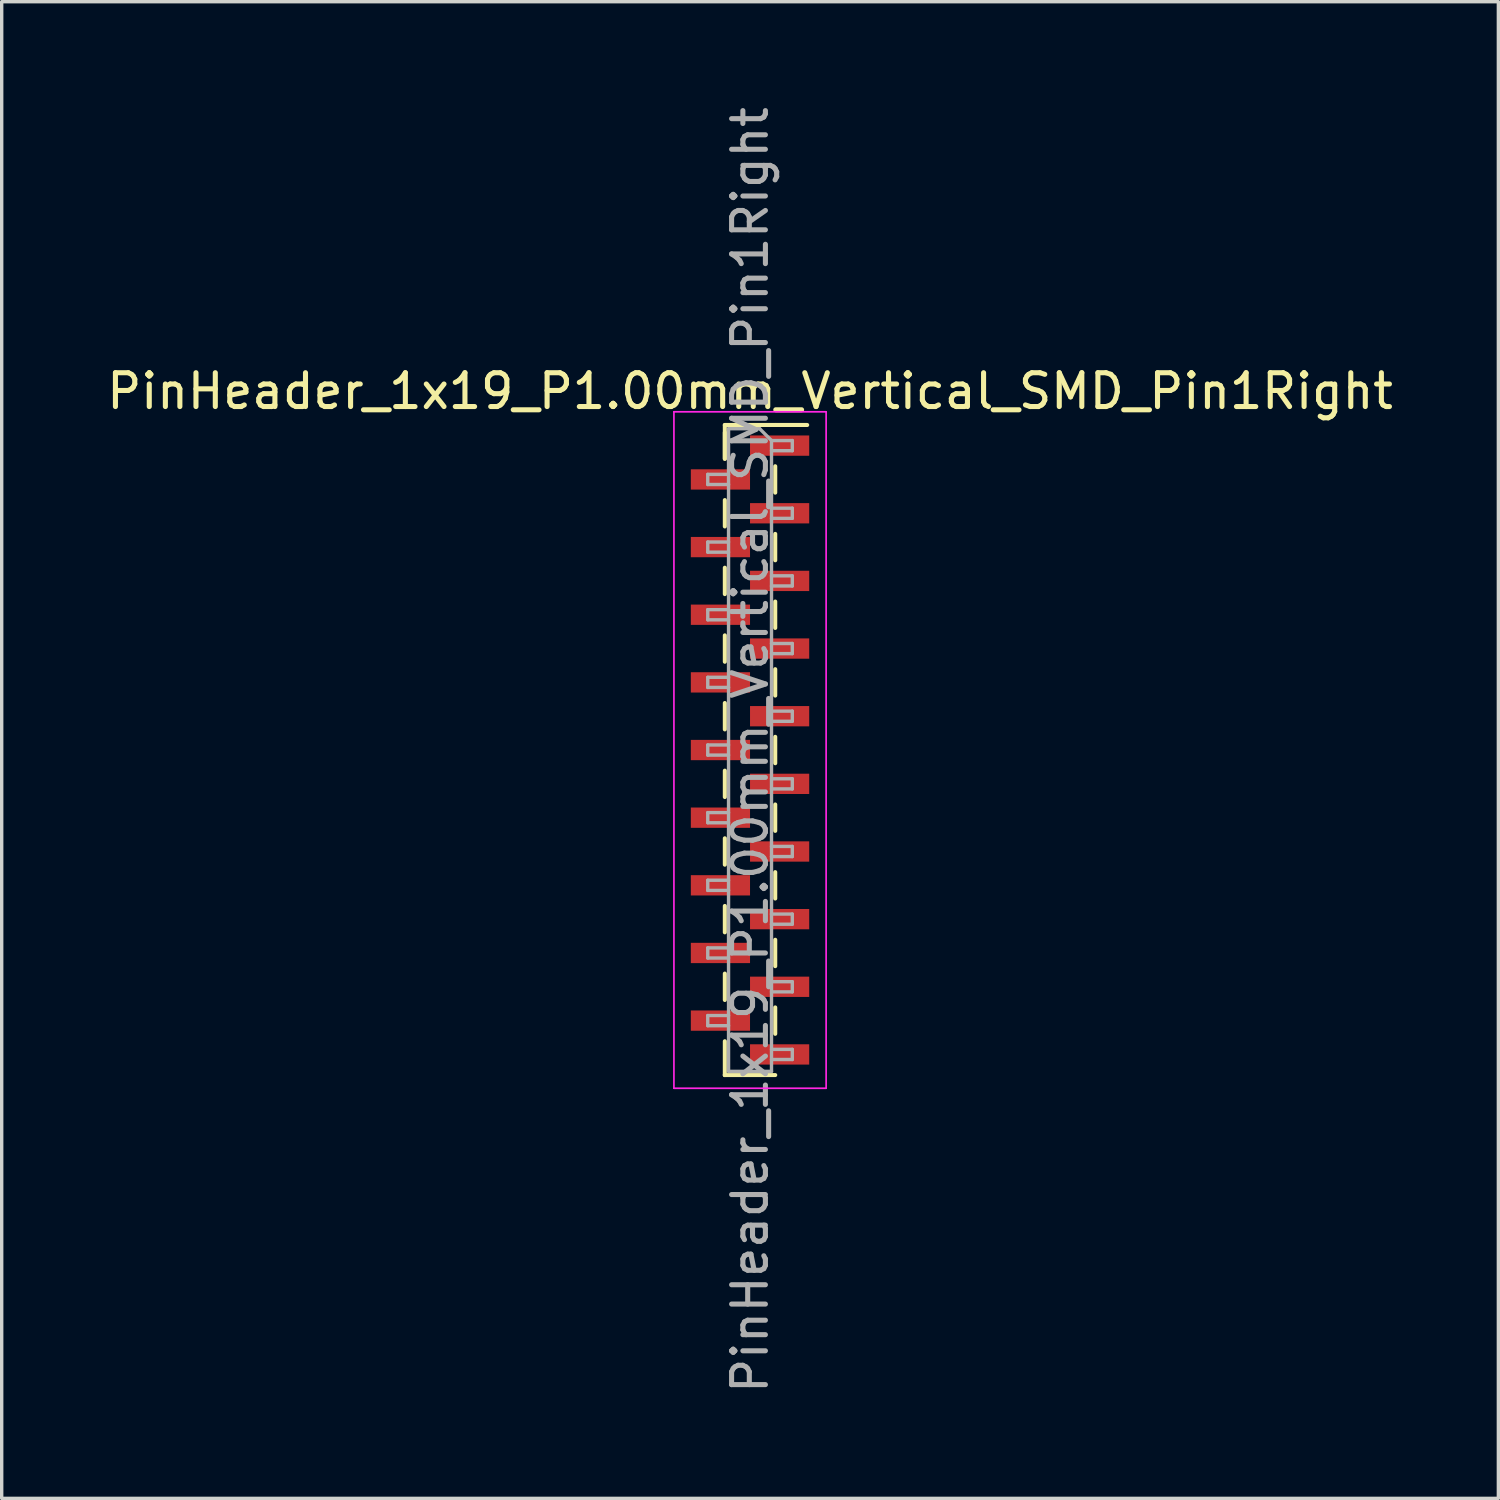
<source format=kicad_pcb>
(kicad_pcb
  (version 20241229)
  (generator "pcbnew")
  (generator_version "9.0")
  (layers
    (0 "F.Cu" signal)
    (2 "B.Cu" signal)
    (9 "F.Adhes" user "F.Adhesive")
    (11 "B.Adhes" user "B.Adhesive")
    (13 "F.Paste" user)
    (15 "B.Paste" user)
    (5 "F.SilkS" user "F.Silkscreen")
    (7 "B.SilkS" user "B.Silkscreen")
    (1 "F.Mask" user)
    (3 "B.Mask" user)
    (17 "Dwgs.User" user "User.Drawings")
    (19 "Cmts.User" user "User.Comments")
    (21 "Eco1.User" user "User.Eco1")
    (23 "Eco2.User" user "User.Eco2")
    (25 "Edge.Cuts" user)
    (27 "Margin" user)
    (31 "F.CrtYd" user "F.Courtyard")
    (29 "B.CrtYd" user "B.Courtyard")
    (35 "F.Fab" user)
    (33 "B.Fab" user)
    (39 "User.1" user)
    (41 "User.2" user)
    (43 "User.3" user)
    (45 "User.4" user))
  (footprint "PinHeader_1x19_P1.00mm_Vertical_SMD_Pin1Right"
    (layer "F.Cu")
    (at 19.125 19.125)
    (property "Reference" "PinHeader_1x19_P1.00mm_Vertical_SMD_Pin1Right" (at 0 -10.61 0) (layer "F.SilkS") (effects (font (size 1 1) (thickness 0.15))))
    (attr smd)
    (fp_line (start -0.745 -9.61) (end -0.745 -8.61) (stroke (width 0.12) (type solid)) (layer "F.SilkS"))
    (fp_line (start -0.745 -9.61) (end 0.745 -9.61) (stroke (width 0.12) (type solid)) (layer "F.SilkS"))
    (fp_line (start -0.745 -9.39) (end -0.745 -8.61) (stroke (width 0.12) (type solid)) (layer "F.SilkS"))
    (fp_line (start -0.745 -7.39) (end -0.745 -6.61) (stroke (width 0.12) (type solid)) (layer "F.SilkS"))
    (fp_line (start -0.745 -5.39) (end -0.745 -4.61) (stroke (width 0.12) (type solid)) (layer "F.SilkS"))
    (fp_line (start -0.745 -3.39) (end -0.745 -2.61) (stroke (width 0.12) (type solid)) (layer "F.SilkS"))
    (fp_line (start -0.745 -1.39) (end -0.745 -0.61) (stroke (width 0.12) (type solid)) (layer "F.SilkS"))
    (fp_line (start -0.745 0.61) (end -0.745 1.39) (stroke (width 0.12) (type solid)) (layer "F.SilkS"))
    (fp_line (start -0.745 2.61) (end -0.745 3.39) (stroke (width 0.12) (type solid)) (layer "F.SilkS"))
    (fp_line (start -0.745 4.61) (end -0.745 5.39) (stroke (width 0.12) (type solid)) (layer "F.SilkS"))
    (fp_line (start -0.745 6.61) (end -0.745 7.39) (stroke (width 0.12) (type solid)) (layer "F.SilkS"))
    (fp_line (start -0.745 8.61) (end -0.745 9.61) (stroke (width 0.12) (type solid)) (layer "F.SilkS"))
    (fp_line (start -0.745 9.61) (end -0.745 9.61) (stroke (width 0.12) (type solid)) (layer "F.SilkS"))
    (fp_line (start -0.745 9.61) (end 0.745 9.61) (stroke (width 0.12) (type solid)) (layer "F.SilkS"))
    (fp_line (start 0.745 -9.61) (end 0.745 -9.61) (stroke (width 0.12) (type solid)) (layer "F.SilkS"))
    (fp_line (start 0.745 -9.61) (end 1.69 -9.61) (stroke (width 0.12) (type solid)) (layer "F.SilkS"))
    (fp_line (start 0.745 -8.39) (end 0.745 -7.61) (stroke (width 0.12) (type solid)) (layer "F.SilkS"))
    (fp_line (start 0.745 -6.39) (end 0.745 -5.61) (stroke (width 0.12) (type solid)) (layer "F.SilkS"))
    (fp_line (start 0.745 -4.39) (end 0.745 -3.61) (stroke (width 0.12) (type solid)) (layer "F.SilkS"))
    (fp_line (start 0.745 -2.39) (end 0.745 -1.61) (stroke (width 0.12) (type solid)) (layer "F.SilkS"))
    (fp_line (start 0.745 -0.39) (end 0.745 0.39) (stroke (width 0.12) (type solid)) (layer "F.SilkS"))
    (fp_line (start 0.745 1.61) (end 0.745 2.39) (stroke (width 0.12) (type solid)) (layer "F.SilkS"))
    (fp_line (start 0.745 3.61) (end 0.745 4.39) (stroke (width 0.12) (type solid)) (layer "F.SilkS"))
    (fp_line (start 0.745 5.61) (end 0.745 6.39) (stroke (width 0.12) (type solid)) (layer "F.SilkS"))
    (fp_line (start 0.745 7.61) (end 0.745 8.39) (stroke (width 0.12) (type solid)) (layer "F.SilkS"))
    (fp_line (start -2.25 -10) (end -2.25 10) (stroke (width 0.05) (type solid)) (layer "F.CrtYd"))
    (fp_line (start -2.25 10) (end 2.25 10) (stroke (width 0.05) (type solid)) (layer "F.CrtYd"))
    (fp_line (start 2.25 -10) (end -2.25 -10) (stroke (width 0.05) (type solid)) (layer "F.CrtYd"))
    (fp_line (start 2.25 10) (end 2.25 -10) (stroke (width 0.05) (type solid)) (layer "F.CrtYd"))
    (fp_line (start -1.25 -8.15) (end -1.25 -7.85) (stroke (width 0.1) (type solid)) (layer "F.Fab"))
    (fp_line (start -1.25 -7.85) (end -0.635 -7.85) (stroke (width 0.1) (type solid)) (layer "F.Fab"))
    (fp_line (start -1.25 -6.15) (end -1.25 -5.85) (stroke (width 0.1) (type solid)) (layer "F.Fab"))
    (fp_line (start -1.25 -5.85) (end -0.635 -5.85) (stroke (width 0.1) (type solid)) (layer "F.Fab"))
    (fp_line (start -1.25 -4.15) (end -1.25 -3.85) (stroke (width 0.1) (type solid)) (layer "F.Fab"))
    (fp_line (start -1.25 -3.85) (end -0.635 -3.85) (stroke (width 0.1) (type solid)) (layer "F.Fab"))
    (fp_line (start -1.25 -2.15) (end -1.25 -1.85) (stroke (width 0.1) (type solid)) (layer "F.Fab"))
    (fp_line (start -1.25 -1.85) (end -0.635 -1.85) (stroke (width 0.1) (type solid)) (layer "F.Fab"))
    (fp_line (start -1.25 -0.15) (end -1.25 0.15) (stroke (width 0.1) (type solid)) (layer "F.Fab"))
    (fp_line (start -1.25 0.15) (end -0.635 0.15) (stroke (width 0.1) (type solid)) (layer "F.Fab"))
    (fp_line (start -1.25 1.85) (end -1.25 2.15) (stroke (width 0.1) (type solid)) (layer "F.Fab"))
    (fp_line (start -1.25 2.15) (end -0.635 2.15) (stroke (width 0.1) (type solid)) (layer "F.Fab"))
    (fp_line (start -1.25 3.85) (end -1.25 4.15) (stroke (width 0.1) (type solid)) (layer "F.Fab"))
    (fp_line (start -1.25 4.15) (end -0.635 4.15) (stroke (width 0.1) (type solid)) (layer "F.Fab"))
    (fp_line (start -1.25 5.85) (end -1.25 6.15) (stroke (width 0.1) (type solid)) (layer "F.Fab"))
    (fp_line (start -1.25 6.15) (end -0.635 6.15) (stroke (width 0.1) (type solid)) (layer "F.Fab"))
    (fp_line (start -1.25 7.85) (end -1.25 8.15) (stroke (width 0.1) (type solid)) (layer "F.Fab"))
    (fp_line (start -1.25 8.15) (end -0.635 8.15) (stroke (width 0.1) (type solid)) (layer "F.Fab"))
    (fp_line (start -0.635 -9.5) (end -0.635 9.5) (stroke (width 0.1) (type solid)) (layer "F.Fab"))
    (fp_line (start -0.635 -9.5) (end 0.285 -9.5) (stroke (width 0.1) (type solid)) (layer "F.Fab"))
    (fp_line (start -0.635 -8.15) (end -1.25 -8.15) (stroke (width 0.1) (type solid)) (layer "F.Fab"))
    (fp_line (start -0.635 -6.15) (end -1.25 -6.15) (stroke (width 0.1) (type solid)) (layer "F.Fab"))
    (fp_line (start -0.635 -4.15) (end -1.25 -4.15) (stroke (width 0.1) (type solid)) (layer "F.Fab"))
    (fp_line (start -0.635 -2.15) (end -1.25 -2.15) (stroke (width 0.1) (type solid)) (layer "F.Fab"))
    (fp_line (start -0.635 -0.15) (end -1.25 -0.15) (stroke (width 0.1) (type solid)) (layer "F.Fab"))
    (fp_line (start -0.635 1.85) (end -1.25 1.85) (stroke (width 0.1) (type solid)) (layer "F.Fab"))
    (fp_line (start -0.635 3.85) (end -1.25 3.85) (stroke (width 0.1) (type solid)) (layer "F.Fab"))
    (fp_line (start -0.635 5.85) (end -1.25 5.85) (stroke (width 0.1) (type solid)) (layer "F.Fab"))
    (fp_line (start -0.635 7.85) (end -1.25 7.85) (stroke (width 0.1) (type solid)) (layer "F.Fab"))
    (fp_line (start 0.635 -9.15) (end 0.285 -9.5) (stroke (width 0.1) (type solid)) (layer "F.Fab"))
    (fp_line (start 0.635 -9.15) (end 1.25 -9.15) (stroke (width 0.1) (type solid)) (layer "F.Fab"))
    (fp_line (start 0.635 -7.15) (end 1.25 -7.15) (stroke (width 0.1) (type solid)) (layer "F.Fab"))
    (fp_line (start 0.635 -5.15) (end 1.25 -5.15) (stroke (width 0.1) (type solid)) (layer "F.Fab"))
    (fp_line (start 0.635 -3.15) (end 1.25 -3.15) (stroke (width 0.1) (type solid)) (layer "F.Fab"))
    (fp_line (start 0.635 -1.15) (end 1.25 -1.15) (stroke (width 0.1) (type solid)) (layer "F.Fab"))
    (fp_line (start 0.635 0.85) (end 1.25 0.85) (stroke (width 0.1) (type solid)) (layer "F.Fab"))
    (fp_line (start 0.635 2.85) (end 1.25 2.85) (stroke (width 0.1) (type solid)) (layer "F.Fab"))
    (fp_line (start 0.635 4.85) (end 1.25 4.85) (stroke (width 0.1) (type solid)) (layer "F.Fab"))
    (fp_line (start 0.635 6.85) (end 1.25 6.85) (stroke (width 0.1) (type solid)) (layer "F.Fab"))
    (fp_line (start 0.635 8.85) (end 1.25 8.85) (stroke (width 0.1) (type solid)) (layer "F.Fab"))
    (fp_line (start 0.635 9.5) (end -0.635 9.5) (stroke (width 0.1) (type solid)) (layer "F.Fab"))
    (fp_line (start 0.635 9.5) (end 0.635 -9.15) (stroke (width 0.1) (type solid)) (layer "F.Fab"))
    (fp_line (start 1.25 -9.15) (end 1.25 -8.85) (stroke (width 0.1) (type solid)) (layer "F.Fab"))
    (fp_line (start 1.25 -8.85) (end 0.635 -8.85) (stroke (width 0.1) (type solid)) (layer "F.Fab"))
    (fp_line (start 1.25 -7.15) (end 1.25 -6.85) (stroke (width 0.1) (type solid)) (layer "F.Fab"))
    (fp_line (start 1.25 -6.85) (end 0.635 -6.85) (stroke (width 0.1) (type solid)) (layer "F.Fab"))
    (fp_line (start 1.25 -5.15) (end 1.25 -4.85) (stroke (width 0.1) (type solid)) (layer "F.Fab"))
    (fp_line (start 1.25 -4.85) (end 0.635 -4.85) (stroke (width 0.1) (type solid)) (layer "F.Fab"))
    (fp_line (start 1.25 -3.15) (end 1.25 -2.85) (stroke (width 0.1) (type solid)) (layer "F.Fab"))
    (fp_line (start 1.25 -2.85) (end 0.635 -2.85) (stroke (width 0.1) (type solid)) (layer "F.Fab"))
    (fp_line (start 1.25 -1.15) (end 1.25 -0.85) (stroke (width 0.1) (type solid)) (layer "F.Fab"))
    (fp_line (start 1.25 -0.85) (end 0.635 -0.85) (stroke (width 0.1) (type solid)) (layer "F.Fab"))
    (fp_line (start 1.25 0.85) (end 1.25 1.15) (stroke (width 0.1) (type solid)) (layer "F.Fab"))
    (fp_line (start 1.25 1.15) (end 0.635 1.15) (stroke (width 0.1) (type solid)) (layer "F.Fab"))
    (fp_line (start 1.25 2.85) (end 1.25 3.15) (stroke (width 0.1) (type solid)) (layer "F.Fab"))
    (fp_line (start 1.25 3.15) (end 0.635 3.15) (stroke (width 0.1) (type solid)) (layer "F.Fab"))
    (fp_line (start 1.25 4.85) (end 1.25 5.15) (stroke (width 0.1) (type solid)) (layer "F.Fab"))
    (fp_line (start 1.25 5.15) (end 0.635 5.15) (stroke (width 0.1) (type solid)) (layer "F.Fab"))
    (fp_line (start 1.25 6.85) (end 1.25 7.15) (stroke (width 0.1) (type solid)) (layer "F.Fab"))
    (fp_line (start 1.25 7.15) (end 0.635 7.15) (stroke (width 0.1) (type solid)) (layer "F.Fab"))
    (fp_line (start 1.25 8.85) (end 1.25 9.15) (stroke (width 0.1) (type solid)) (layer "F.Fab"))
    (fp_line (start 1.25 9.15) (end 0.635 9.15) (stroke (width 0.1) (type solid)) (layer "F.Fab"))
    (fp_text user "${REFERENCE}" (at 0 0 90) (layer "F.Fab") (effects (font (size 1 1) (thickness 0.15))))
    (pad "1" smd rect (at 0.875 -9) (size 1.75 0.6) (layers "F.Cu" "F.Mask" "F.Paste"))
    (pad "2" smd rect (at -0.875 -8) (size 1.75 0.6) (layers "F.Cu" "F.Mask" "F.Paste"))
    (pad "3" smd rect (at 0.875 -7) (size 1.75 0.6) (layers "F.Cu" "F.Mask" "F.Paste"))
    (pad "4" smd rect (at -0.875 -6) (size 1.75 0.6) (layers "F.Cu" "F.Mask" "F.Paste"))
    (pad "5" smd rect (at 0.875 -5) (size 1.75 0.6) (layers "F.Cu" "F.Mask" "F.Paste"))
    (pad "6" smd rect (at -0.875 -4) (size 1.75 0.6) (layers "F.Cu" "F.Mask" "F.Paste"))
    (pad "7" smd rect (at 0.875 -3) (size 1.75 0.6) (layers "F.Cu" "F.Mask" "F.Paste"))
    (pad "8" smd rect (at -0.875 -2) (size 1.75 0.6) (layers "F.Cu" "F.Mask" "F.Paste"))
    (pad "9" smd rect (at 0.875 -1) (size 1.75 0.6) (layers "F.Cu" "F.Mask" "F.Paste"))
    (pad "10" smd rect (at -0.875 0) (size 1.75 0.6) (layers "F.Cu" "F.Mask" "F.Paste"))
    (pad "11" smd rect (at 0.875 1) (size 1.75 0.6) (layers "F.Cu" "F.Mask" "F.Paste"))
    (pad "12" smd rect (at -0.875 2) (size 1.75 0.6) (layers "F.Cu" "F.Mask" "F.Paste"))
    (pad "13" smd rect (at 0.875 3) (size 1.75 0.6) (layers "F.Cu" "F.Mask" "F.Paste"))
    (pad "14" smd rect (at -0.875 4) (size 1.75 0.6) (layers "F.Cu" "F.Mask" "F.Paste"))
    (pad "15" smd rect (at 0.875 5) (size 1.75 0.6) (layers "F.Cu" "F.Mask" "F.Paste"))
    (pad "16" smd rect (at -0.875 6) (size 1.75 0.6) (layers "F.Cu" "F.Mask" "F.Paste"))
    (pad "17" smd rect (at 0.875 7) (size 1.75 0.6) (layers "F.Cu" "F.Mask" "F.Paste"))
    (pad "18" smd rect (at -0.875 8) (size 1.75 0.6) (layers "F.Cu" "F.Mask" "F.Paste"))
    (pad "19" smd rect (at 0.875 9) (size 1.75 0.6) (layers "F.Cu" "F.Mask" "F.Paste")))
  (gr_rect
    (start -3 -3)
    (end 41.25 41.25)
    (stroke (width 0.1) (type default))
    (fill no)
    (layer "Edge.Cuts")))
</source>
